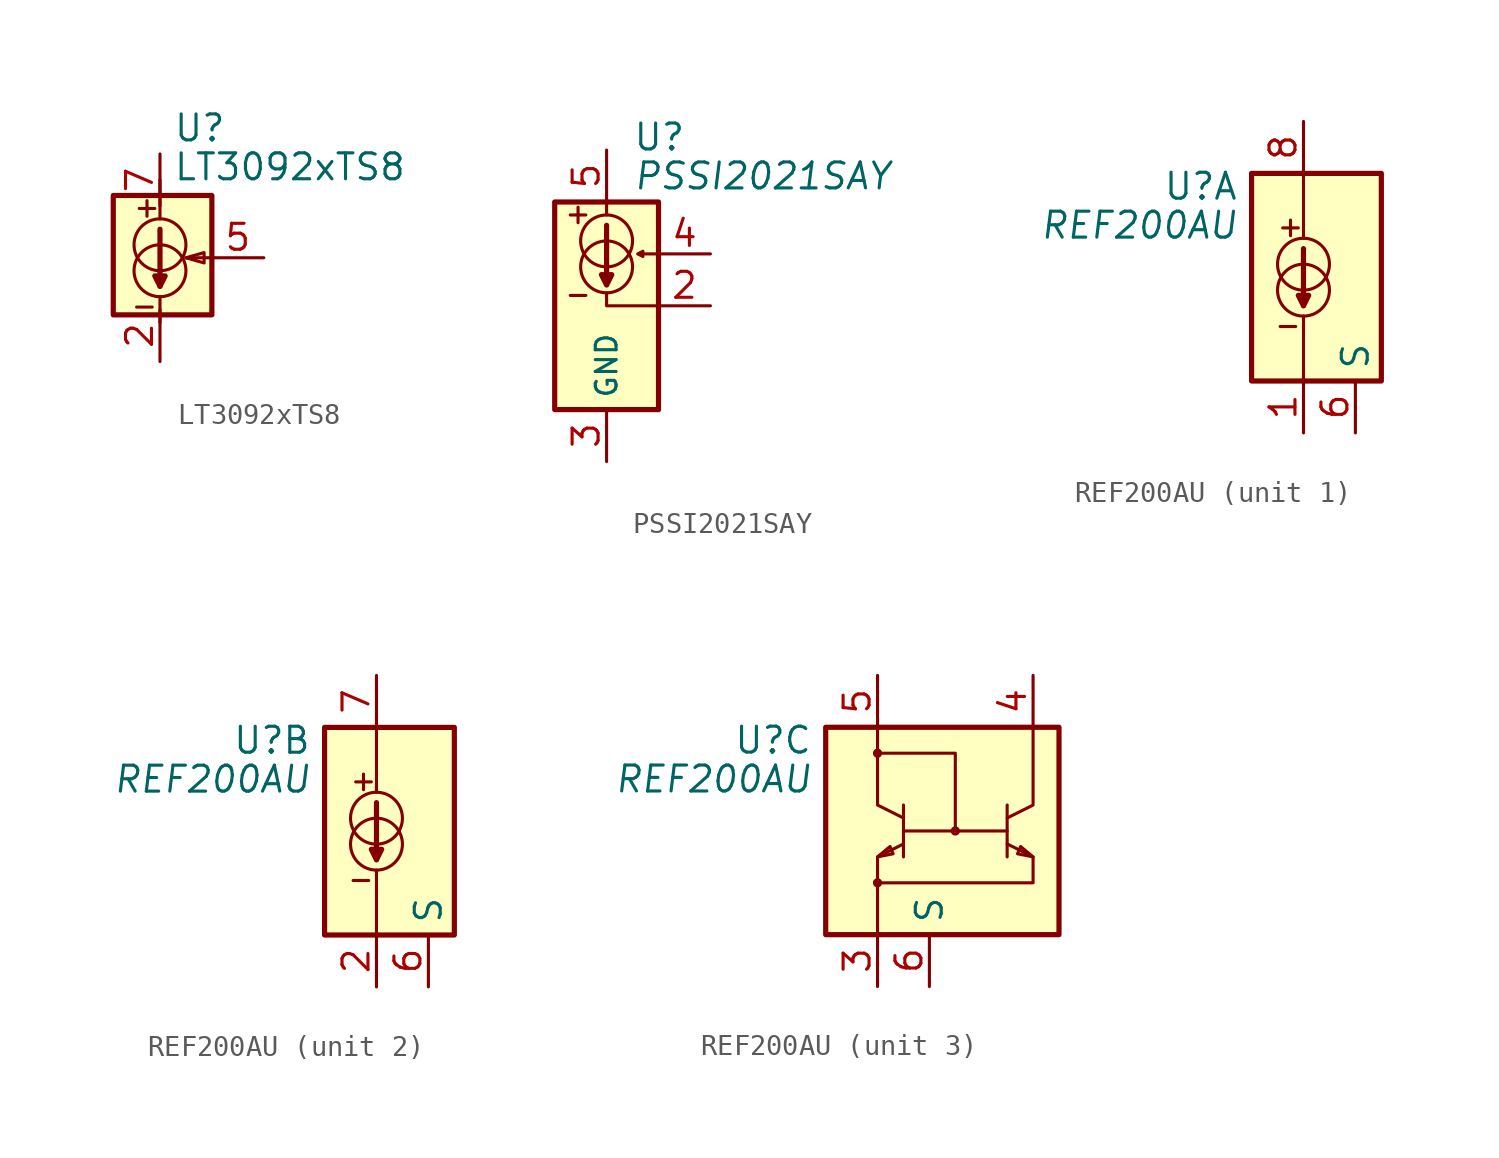
<source format=kicad_sym>
(kicad_symbol_lib
  (version 20211014)
  (generator kicad_symbol_editor)
  (symbol "LT3092xTS8"
    (property "Reference" "U"
      (at 0.635 6.35 0)
      (effects (font (size 1.27 1.27)) (justify left)))
    (property "Value" "LT3092xTS8"
      (at 0.635 4.445 0)
      (effects (font (size 1.27 1.27)) (justify left)))
    (symbol "LT3092xTS8_0_1"
      (rectangle (start -2.286 3.048) (end 2.54 -2.794) (stroke (width 0.254) (type default) (color 0 0 0 0)) (fill (type background)))
      (circle (center 0 -0.635) (radius 1.27) (stroke (width 0) (type default) (color 0 0 0 0)) (fill (type none)))
      (polyline (pts (xy -1.143 -2.413) (xy -0.381 -2.413)) (stroke (width 0) (type default) (color 0 0 0 0)) (fill (type none)))
      (polyline (pts (xy -1.016 2.413) (xy -0.254 2.413)) (stroke (width 0) (type default) (color 0 0 0 0)) (fill (type none)))
      (polyline (pts (xy -0.635 2.794) (xy -0.635 2.032)) (stroke (width 0) (type default) (color 0 0 0 0)) (fill (type none)))
      (polyline (pts (xy 0 -1.905) (xy 0 -3.175)) (stroke (width 0) (type default) (color 0 0 0 0)) (fill (type none)))
      (polyline (pts (xy 0 1.397) (xy 0 -1.397)) (stroke (width 0.254) (type default) (color 0 0 0 0)) (fill (type none)))
      (polyline (pts (xy 0 3.81) (xy 0 1.905)) (stroke (width 0) (type default) (color 0 0 0 0)) (fill (type none)))
      (polyline (pts (xy 2.54 0) (xy 1.27 0)) (stroke (width 0) (type default) (color 0 0 0 0)) (fill (type none)))
      (polyline (pts (xy 0 -1.397) (xy -0.254 -0.889) (xy 0.254 -0.889) (xy 0 -1.397)) (stroke (width 0.254) (type default) (color 0 0 0 0)) (fill (type none)))
      (polyline (pts (xy 1.27 0) (xy 2.159 0.254) (xy 2.159 -0.254) (xy 1.27 0)) (stroke (width 0) (type default) (color 0 0 0 0)) (fill (type none)))
      (circle (center 0 0.635) (radius 1.27) (stroke (width 0) (type default) (color 0 0 0 0)) (fill (type none))))
    (symbol "LT3092xTS8_1_1"
      (pin no_connect line (at -1.27 2.54 0) (length 2.54) hide (name "NC" (effects (font (size 1.27 1.27)))) (number "1" (effects (font (size 1.27 1.27)))))
      (pin passive line (at 0 -5.08 90) (length 2.54) (name "~" (effects (font (size 1.27 1.27)))) (number "2" (effects (font (size 1.27 1.27)))))
      (pin passive line (at 0 -5.08 90) (length 2.54) hide (name "~" (effects (font (size 1.27 1.27)))) (number "3" (effects (font (size 1.27 1.27)))))
      (pin passive line (at 0 -5.08 90) (length 2.54) hide (name "~" (effects (font (size 1.27 1.27)))) (number "4" (effects (font (size 1.27 1.27)))))
      (pin passive line (at 5.08 0 180) (length 2.54) (name "~" (effects (font (size 1.27 1.27)))) (number "5" (effects (font (size 1.27 1.27)))))
      (pin no_connect line (at -1.27 0 0) (length 2.54) hide (name "NC" (effects (font (size 1.27 1.27)))) (number "6" (effects (font (size 1.27 1.27)))))
      (pin passive line (at 0 5.08 270) (length 2.54) (name "~" (effects (font (size 1.27 1.27)))) (number "7" (effects (font (size 1.27 1.27)))))
      (pin passive line (at 0 5.08 270) (length 2.54) hide (name "~" (effects (font (size 1.27 1.27)))) (number "8" (effects (font (size 1.27 1.27)))))))
  (symbol "PSSI2021SAY"
    (property "Reference" "U"
      (at 1.27 8.255 0)
      (effects (font (size 1.27 1.27)) (justify left)))
    (property "Value" "PSSI2021SAY"
      (at 1.27 6.35 0)
      (effects (font (size 1.27 1.27) italic) (justify left)))
    (symbol "PSSI2021SAY_0_1"
      (pin power_out line (at 5.08 0 180) (length 2.54) (name "~" (effects (font (size 1.27 1.27)))) (number "2" (effects (font (size 1.27 1.27))))))
    (symbol "PSSI2021SAY_1_1"
      (rectangle (start -2.54 5.08) (end 2.54 -5.08) (stroke (width 0.254) (type default) (color 0 0 0 0)) (fill (type background)))
      (polyline (pts (xy -1.778 0.508) (xy -1.016 0.508)) (stroke (width 0) (type default) (color 0 0 0 0)) (fill (type none)))
      (polyline (pts (xy -1.778 4.445) (xy -1.016 4.445)) (stroke (width 0) (type default) (color 0 0 0 0)) (fill (type none)))
      (polyline (pts (xy -1.397 4.826) (xy -1.397 4.064)) (stroke (width 0) (type default) (color 0 0 0 0)) (fill (type none)))
      (polyline (pts (xy 0 3.937) (xy 0 1.143)) (stroke (width 0.254) (type default) (color 0 0 0 0)) (fill (type none)))
      (polyline (pts (xy 0 5.08) (xy 0 4.445)) (stroke (width 0) (type default) (color 0 0 0 0)) (fill (type none)))
      (polyline (pts (xy 2.54 0) (xy 0 0) (xy 0 0.635)) (stroke (width 0) (type default) (color 0 0 0 0)) (fill (type none)))
      (polyline (pts (xy 0 1.016) (xy -0.254 1.524) (xy 0.254 1.524) (xy 0 1.016)) (stroke (width 0.254) (type default) (color 0 0 0 0)) (fill (type none)))
      (polyline (pts (xy 2.54 2.54) (xy 1.778 2.54) (xy 1.778 2.667) (xy 1.524 2.54) (xy 1.778 2.413) (xy 1.778 2.54)) (stroke (width 0) (type default) (color 0 0 0 0)) (fill (type none)))
      (circle (center 0 1.905) (radius 1.27) (stroke (width 0) (type default) (color 0 0 0 0)) (fill (type none)))
      (circle (center 0 3.175) (radius 1.27) (stroke (width 0) (type default) (color 0 0 0 0)) (fill (type none)))
      (pin no_connect line (at -2.54 -2.54 0) (length 2.54) hide (name "NC" (effects (font (size 1.27 1.27)))) (number "1" (effects (font (size 1.27 1.27)))))
      (pin power_in line (at 0 -7.62 90) (length 2.54) (name "GND" (effects (font (size 1.016 1.016)))) (number "3" (effects (font (size 1.27 1.27)))))
      (pin passive line (at 5.08 2.54 180) (length 2.54) (name "~" (effects (font (size 1.27 1.27)))) (number "4" (effects (font (size 1.27 1.27)))))
      (pin power_in line (at 0 7.62 270) (length 2.54) (name "~" (effects (font (size 1.27 1.27)))) (number "5" (effects (font (size 1.27 1.27)))))))
  (symbol "REF200AU"
    (property "Reference" "U"
      (at -3.175 4.445 0)
      (effects (font (size 1.27 1.27)) (justify right)))
    (property "Value" "REF200AU"
      (at -3.175 2.54 0)
      (effects (font (size 1.27 1.27) italic) (justify right)))
    (property "ki_locked" ""
      (at 0 0 0)
      (effects (font (size 1.27 1.27))))
    (symbol "REF200AU_0_1"
      (pin passive line (at 2.54 -7.62 90) (length 2.54) (name "S" (effects (font (size 1.27 1.27)))) (number "6" (effects (font (size 1.27 1.27))))))
    (symbol "REF200AU_1_1"
      (rectangle (start -2.54 5.08) (end 3.81 -5.08) (stroke (width 0.254) (type default) (color 0 0 0 0)) (fill (type background)))
      (circle (center 0 -0.635) (radius 1.27) (stroke (width 0) (type default) (color 0 0 0 0)) (fill (type none)))
      (polyline (pts (xy -1.143 -2.413) (xy -0.381 -2.413)) (stroke (width 0) (type default) (color 0 0 0 0)) (fill (type none)))
      (polyline (pts (xy -1.016 2.413) (xy -0.254 2.413)) (stroke (width 0) (type default) (color 0 0 0 0)) (fill (type none)))
      (polyline (pts (xy -0.635 2.794) (xy -0.635 2.032)) (stroke (width 0) (type default) (color 0 0 0 0)) (fill (type none)))
      (polyline (pts (xy 0 -1.905) (xy 0 -5.08)) (stroke (width 0) (type default) (color 0 0 0 0)) (fill (type none)))
      (polyline (pts (xy 0 1.397) (xy 0 -1.397)) (stroke (width 0.254) (type default) (color 0 0 0 0)) (fill (type none)))
      (polyline (pts (xy 0 5.08) (xy 0 1.905)) (stroke (width 0) (type default) (color 0 0 0 0)) (fill (type none)))
      (polyline (pts (xy 0 -1.397) (xy -0.254 -0.889) (xy 0.254 -0.889) (xy 0 -1.397)) (stroke (width 0.254) (type default) (color 0 0 0 0)) (fill (type none)))
      (circle (center 0 0.635) (radius 1.27) (stroke (width 0) (type default) (color 0 0 0 0)) (fill (type none)))
      (pin passive line (at 0 -7.62 90) (length 2.54) (name "~" (effects (font (size 1.27 1.27)))) (number "1" (effects (font (size 1.27 1.27)))))
      (pin passive line (at 0 7.62 270) (length 2.54) (name "~" (effects (font (size 1.27 1.27)))) (number "8" (effects (font (size 1.27 1.27))))))
    (symbol "REF200AU_2_1"
      (rectangle (start -2.54 5.08) (end 3.81 -5.08) (stroke (width 0.254) (type default) (color 0 0 0 0)) (fill (type background)))
      (circle (center 0 -0.635) (radius 1.27) (stroke (width 0) (type default) (color 0 0 0 0)) (fill (type none)))
      (polyline (pts (xy -1.143 -2.413) (xy -0.381 -2.413)) (stroke (width 0) (type default) (color 0 0 0 0)) (fill (type none)))
      (polyline (pts (xy -1.016 2.413) (xy -0.254 2.413)) (stroke (width 0) (type default) (color 0 0 0 0)) (fill (type none)))
      (polyline (pts (xy -0.635 2.794) (xy -0.635 2.032)) (stroke (width 0) (type default) (color 0 0 0 0)) (fill (type none)))
      (polyline (pts (xy 0 -1.905) (xy 0 -5.08)) (stroke (width 0) (type default) (color 0 0 0 0)) (fill (type none)))
      (polyline (pts (xy 0 1.397) (xy 0 -1.397)) (stroke (width 0.254) (type default) (color 0 0 0 0)) (fill (type none)))
      (polyline (pts (xy 0 5.08) (xy 0 1.905)) (stroke (width 0) (type default) (color 0 0 0 0)) (fill (type none)))
      (polyline (pts (xy 0 -1.397) (xy -0.254 -0.889) (xy 0.254 -0.889) (xy 0 -1.397)) (stroke (width 0.254) (type default) (color 0 0 0 0)) (fill (type none)))
      (circle (center 0 0.635) (radius 1.27) (stroke (width 0) (type default) (color 0 0 0 0)) (fill (type none)))
      (pin passive line (at 0 -7.62 90) (length 2.54) (name "~" (effects (font (size 1.27 1.27)))) (number "2" (effects (font (size 1.27 1.27)))))
      (pin passive line (at 0 7.62 270) (length 2.54) (name "~" (effects (font (size 1.27 1.27)))) (number "7" (effects (font (size 1.27 1.27))))))
    (symbol "REF200AU_3_1"
      (rectangle (start -2.54 5.08) (end 8.89 -5.08) (stroke (width 0.254) (type default) (color 0 0 0 0)) (fill (type background)))
      (circle (center 0 -2.54) (radius 0.152) (stroke (width 0) (type default) (color 0 0 0 0)) (fill (type none)))
      (polyline (pts (xy 0 3.81) (xy 0 5.08)) (stroke (width 0) (type default) (color 0 0 0 0)) (fill (type none)))
      (polyline (pts (xy 1.27 -1.27) (xy 1.27 1.27)) (stroke (width 0) (type default) (color 0 0 0 0)) (fill (type none)))
      (polyline (pts (xy 1.27 0) (xy 6.35 0)) (stroke (width 0) (type default) (color 0 0 0 0)) (fill (type none)))
      (polyline (pts (xy 6.35 1.27) (xy 6.35 -1.27)) (stroke (width 0) (type default) (color 0 0 0 0)) (fill (type none)))
      (polyline (pts (xy 0 -5.08) (xy 0 -1.27) (xy 1.27 -0.635)) (stroke (width 0) (type default) (color 0 0 0 0)) (fill (type none)))
      (polyline (pts (xy 0 3.81) (xy 3.81 3.81) (xy 3.81 0)) (stroke (width 0) (type default) (color 0 0 0 0)) (fill (type none)))
      (polyline (pts (xy 1.27 0.635) (xy 0 1.27) (xy 0 3.81)) (stroke (width 0) (type default) (color 0 0 0 0)) (fill (type none)))
      (polyline (pts (xy 7.62 5.08) (xy 7.62 1.27) (xy 6.35 0.635)) (stroke (width 0) (type default) (color 0 0 0 0)) (fill (type none)))
      (polyline (pts (xy 0 -1.27) (xy 0.61 -0.762) (xy 0.762 -1.118) (xy 0 -1.27)) (stroke (width 0) (type default) (color 0 0 0 0)) (fill (type none)))
      (polyline (pts (xy 6.35 -0.635) (xy 7.62 -1.27) (xy 7.62 -2.54) (xy 0 -2.54)) (stroke (width 0) (type default) (color 0 0 0 0)) (fill (type none)))
      (polyline (pts (xy 7.62 -1.27) (xy 7.01 -0.762) (xy 6.858 -1.118) (xy 7.62 -1.27)) (stroke (width 0) (type default) (color 0 0 0 0)) (fill (type none)))
      (circle (center 0 3.81) (radius 0.152) (stroke (width 0) (type default) (color 0 0 0 0)) (fill (type none)))
      (circle (center 3.81 0) (radius 0.152) (stroke (width 0) (type default) (color 0 0 0 0)) (fill (type none)))
      (pin passive line (at 0 -7.62 90) (length 2.54) (name "~" (effects (font (size 1.27 1.27)))) (number "3" (effects (font (size 1.27 1.27)))))
      (pin passive line (at 7.62 7.62 270) (length 2.54) (name "~" (effects (font (size 1.27 1.27)))) (number "4" (effects (font (size 1.27 1.27)))))
      (pin passive line (at 0 7.62 270) (length 2.54) (name "~" (effects (font (size 1.27 1.27)))) (number "5" (effects (font (size 1.27 1.27))))))))
</source>
